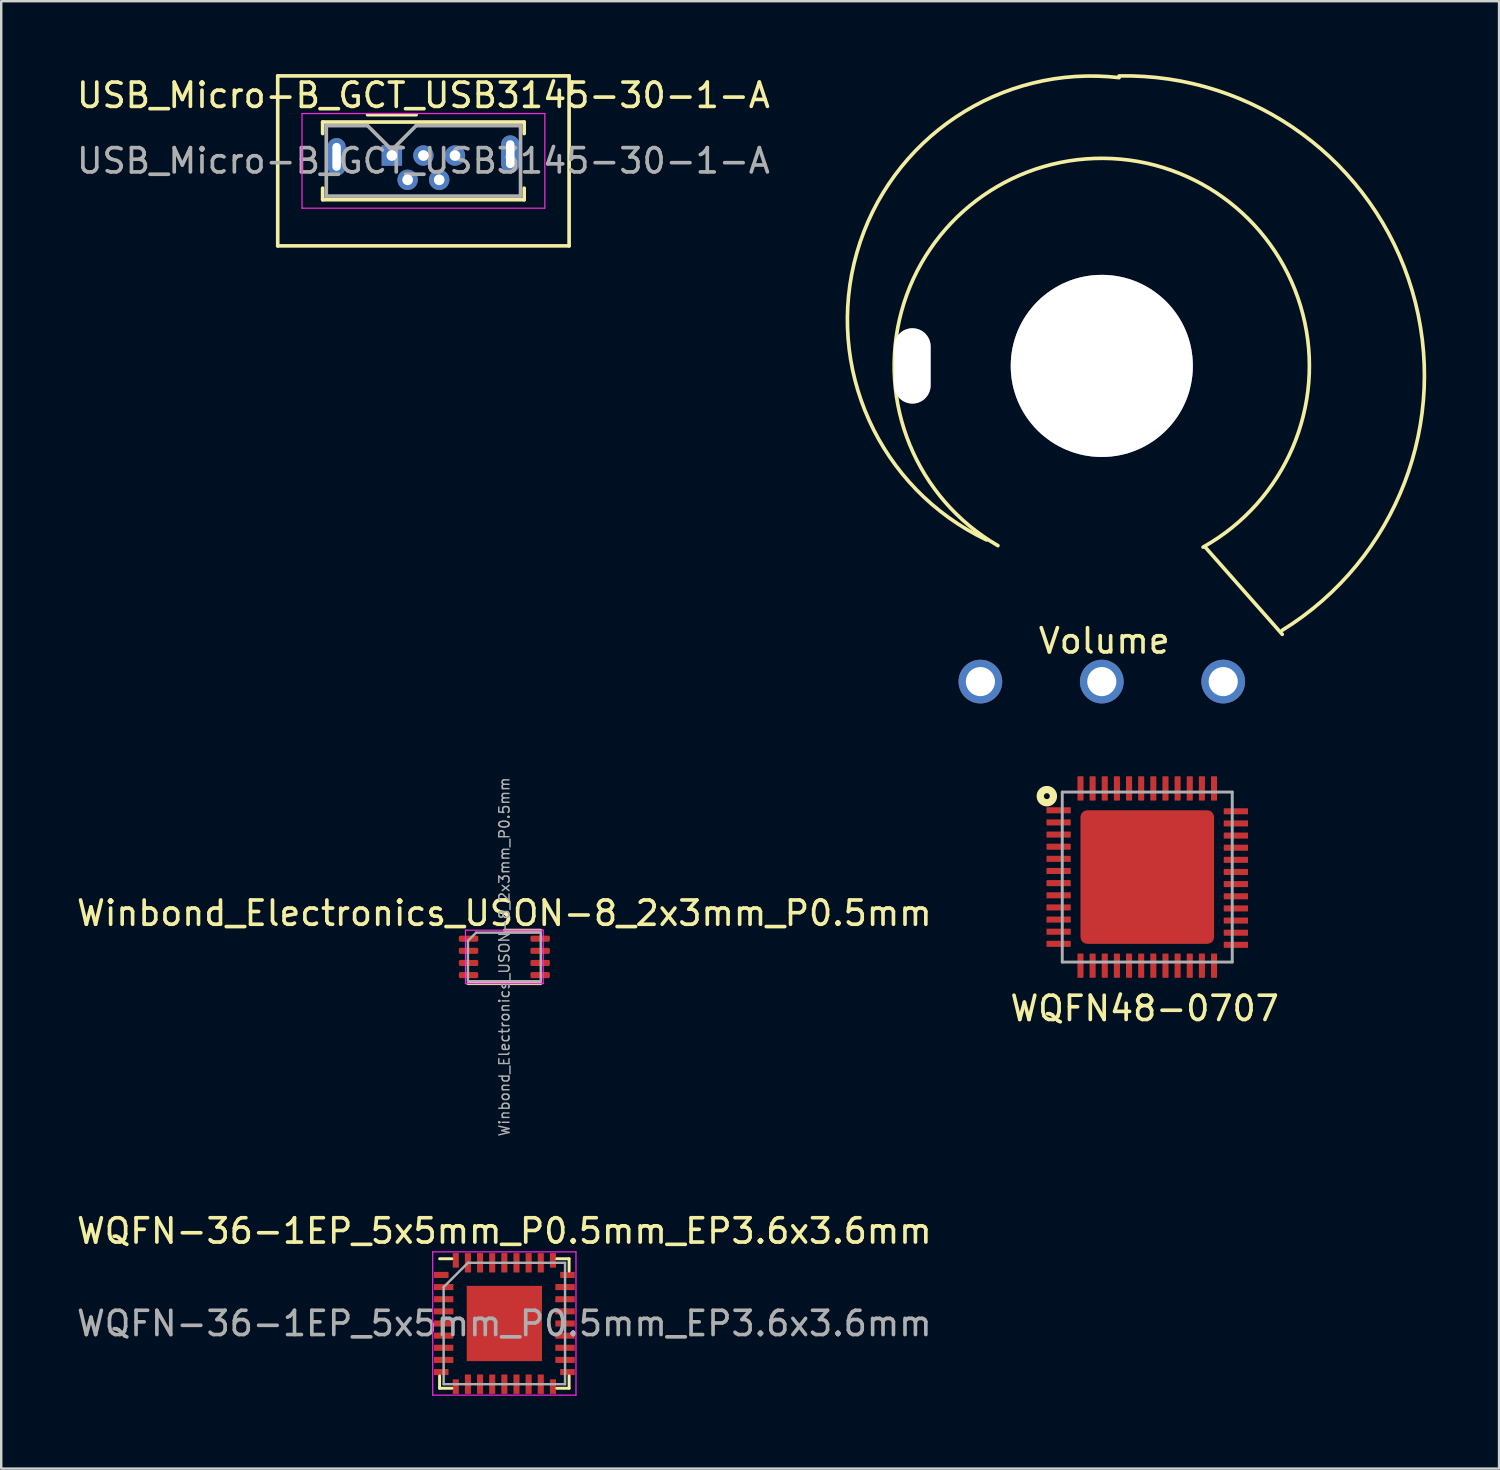
<source format=kicad_pcb>
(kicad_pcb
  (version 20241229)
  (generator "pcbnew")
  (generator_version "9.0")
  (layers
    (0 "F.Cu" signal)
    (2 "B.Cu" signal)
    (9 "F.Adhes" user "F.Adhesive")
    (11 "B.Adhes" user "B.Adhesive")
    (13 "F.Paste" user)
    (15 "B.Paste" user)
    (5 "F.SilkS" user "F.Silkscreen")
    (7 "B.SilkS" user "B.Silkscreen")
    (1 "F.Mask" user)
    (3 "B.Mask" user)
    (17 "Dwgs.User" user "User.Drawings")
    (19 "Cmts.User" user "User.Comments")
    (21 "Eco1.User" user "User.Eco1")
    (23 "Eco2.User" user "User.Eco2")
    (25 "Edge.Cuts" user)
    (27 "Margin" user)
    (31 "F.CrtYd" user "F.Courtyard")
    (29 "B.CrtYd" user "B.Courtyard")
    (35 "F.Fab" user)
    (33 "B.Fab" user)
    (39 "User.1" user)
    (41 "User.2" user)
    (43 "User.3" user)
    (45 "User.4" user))
  (footprint "WQFN-36-1EP_5x5mm_P0.5mm_EP3.6x3.6mm"
    (layer "F.Cu")
    (at 17.72 51.454)
    (property "Reference" "WQFN-36-1EP_5x5mm_P0.5mm_EP3.6x3.6mm" (at 0 -3.81 0) (layer "F.SilkS") (effects (font (size 1 1) (thickness 0.15))))
    (attr smd)
    (fp_line (start -2.667 2.667) (end -2.667 2.159) (stroke (width 0.12) (type solid)) (layer "F.SilkS"))
    (fp_line (start -2.159 -2.667) (end -2.667 -2.667) (stroke (width 0.12) (type solid)) (layer "F.SilkS"))
    (fp_line (start -2.159 2.667) (end -2.667 2.667) (stroke (width 0.12) (type solid)) (layer "F.SilkS"))
    (fp_line (start 2.159 -2.667) (end 2.667 -2.667) (stroke (width 0.12) (type solid)) (layer "F.SilkS"))
    (fp_line (start 2.667 -2.667) (end 2.667 -2.159) (stroke (width 0.12) (type solid)) (layer "F.SilkS"))
    (fp_line (start 2.667 2.159) (end 2.667 2.667) (stroke (width 0.12) (type solid)) (layer "F.SilkS"))
    (fp_line (start 2.667 2.667) (end 2.159 2.667) (stroke (width 0.12) (type solid)) (layer "F.SilkS"))
    (fp_line (start -2.95 -2.95) (end 2.95 -2.95) (stroke (width 0.05) (type solid)) (layer "F.CrtYd"))
    (fp_line (start -2.95 2.95) (end -2.95 -2.95) (stroke (width 0.05) (type solid)) (layer "F.CrtYd"))
    (fp_line (start 2.95 -2.95) (end 2.95 2.95) (stroke (width 0.05) (type solid)) (layer "F.CrtYd"))
    (fp_line (start 2.95 2.95) (end -2.95 2.95) (stroke (width 0.05) (type solid)) (layer "F.CrtYd"))
    (fp_line (start -2.5 -1.5) (end -2.5 2.5) (stroke (width 0.1) (type solid)) (layer "F.Fab"))
    (fp_line (start -1.5 -2.5) (end -2.5 -1.5) (stroke (width 0.1) (type solid)) (layer "F.Fab"))
    (fp_line (start 2.5 -2.5) (end -1.5 -2.5) (stroke (width 0.1) (type solid)) (layer "F.Fab"))
    (fp_line (start 2.5 -2.5) (end 2.5 2.5) (stroke (width 0.1) (type solid)) (layer "F.Fab"))
    (fp_line (start 2.5 2.5) (end -2.5 2.5) (stroke (width 0.1) (type solid)) (layer "F.Fab"))
    (fp_text user "${REFERENCE}" (at 0 0 0) (layer "F.Fab") (effects (font (size 1 1) (thickness 0.15))))
    (pad "" smd rect (at -0.775 -0.775) (size 1.23 1.23) (layers "F.Paste"))
    (pad "" smd rect (at -0.775 0.775) (size 1.23 1.23) (layers "F.Paste"))
    (pad "" smd rect (at 0.775 -0.775) (size 1.23 1.23) (layers "F.Paste"))
    (pad "" smd rect (at 0.775 0.775) (size 1.23 1.23) (layers "F.Paste"))
    (pad "1" smd rect (at -2.6 -2 90) (size 0.25 0.6) (layers "F.Cu" "F.Mask" "F.Paste"))
    (pad "2" smd rect (at -2.5 -1.5 90) (size 0.25 0.8) (layers "F.Cu" "F.Mask" "F.Paste"))
    (pad "3" smd rect (at -2.5 -1 90) (size 0.25 0.8) (layers "F.Cu" "F.Mask" "F.Paste"))
    (pad "4" smd rect (at -2.5 -0.5 90) (size 0.25 0.8) (layers "F.Cu" "F.Mask" "F.Paste"))
    (pad "5" smd rect (at -2.5 0 90) (size 0.25 0.8) (layers "F.Cu" "F.Mask" "F.Paste"))
    (pad "6" smd rect (at -2.5 0.5 90) (size 0.25 0.8) (layers "F.Cu" "F.Mask" "F.Paste"))
    (pad "7" smd rect (at -2.5 1 90) (size 0.25 0.8) (layers "F.Cu" "F.Mask" "F.Paste"))
    (pad "8" smd rect (at -2.5 1.5 90) (size 0.25 0.8) (layers "F.Cu" "F.Mask" "F.Paste"))
    (pad "9" smd rect (at -2.6 2 90) (size 0.25 0.6) (layers "F.Cu" "F.Mask" "F.Paste"))
    (pad "10" smd rect (at -2 2.6) (size 0.25 0.6) (layers "F.Cu" "F.Mask" "F.Paste"))
    (pad "11" smd rect (at -1.5 2.5) (size 0.25 0.8) (layers "F.Cu" "F.Mask" "F.Paste"))
    (pad "12" smd rect (at -1 2.5) (size 0.25 0.8) (layers "F.Cu" "F.Mask" "F.Paste"))
    (pad "13" smd rect (at -0.5 2.5) (size 0.25 0.8) (layers "F.Cu" "F.Mask" "F.Paste"))
    (pad "14" smd rect (at 0 2.5) (size 0.25 0.8) (layers "F.Cu" "F.Mask" "F.Paste"))
    (pad "15" smd rect (at 0.5 2.5) (size 0.25 0.8) (layers "F.Cu" "F.Mask" "F.Paste"))
    (pad "16" smd rect (at 1 2.5) (size 0.25 0.8) (layers "F.Cu" "F.Mask" "F.Paste"))
    (pad "17" smd rect (at 1.5 2.5) (size 0.25 0.8) (layers "F.Cu" "F.Mask" "F.Paste"))
    (pad "18" smd rect (at 2 2.6) (size 0.25 0.6) (layers "F.Cu" "F.Mask" "F.Paste"))
    (pad "19" smd rect (at 2.6 2 90) (size 0.25 0.6) (layers "F.Cu" "F.Mask" "F.Paste"))
    (pad "20" smd rect (at 2.5 1.5 90) (size 0.25 0.8) (layers "F.Cu" "F.Mask" "F.Paste"))
    (pad "21" smd rect (at 2.5 1 90) (size 0.25 0.8) (layers "F.Cu" "F.Mask" "F.Paste"))
    (pad "22" smd rect (at 2.5 0.5 90) (size 0.25 0.8) (layers "F.Cu" "F.Mask" "F.Paste"))
    (pad "23" smd rect (at 2.5 0 90) (size 0.25 0.8) (layers "F.Cu" "F.Mask" "F.Paste"))
    (pad "24" smd rect (at 2.5 -0.5 90) (size 0.25 0.8) (layers "F.Cu" "F.Mask" "F.Paste"))
    (pad "25" smd rect (at 2.5 -1 90) (size 0.25 0.8) (layers "F.Cu" "F.Mask" "F.Paste"))
    (pad "26" smd rect (at 2.5 -1.5 90) (size 0.25 0.8) (layers "F.Cu" "F.Mask" "F.Paste"))
    (pad "27" smd rect (at 2.6 -2 90) (size 0.25 0.6) (layers "F.Cu" "F.Mask" "F.Paste"))
    (pad "28" smd rect (at 2 -2.6) (size 0.25 0.6) (layers "F.Cu" "F.Mask" "F.Paste"))
    (pad "29" smd rect (at 1.5 -2.5) (size 0.25 0.8) (layers "F.Cu" "F.Mask" "F.Paste"))
    (pad "30" smd rect (at 1 -2.5) (size 0.25 0.8) (layers "F.Cu" "F.Mask" "F.Paste"))
    (pad "31" smd rect (at 0.5 -2.5) (size 0.25 0.8) (layers "F.Cu" "F.Mask" "F.Paste"))
    (pad "32" smd rect (at 0 -2.5) (size 0.25 0.8) (layers "F.Cu" "F.Mask" "F.Paste"))
    (pad "33" smd rect (at -0.5 -2.5) (size 0.25 0.8) (layers "F.Cu" "F.Mask" "F.Paste"))
    (pad "34" smd rect (at -1 -2.5) (size 0.25 0.8) (layers "F.Cu" "F.Mask" "F.Paste"))
    (pad "35" smd rect (at -1.5 -2.5) (size 0.25 0.8) (layers "F.Cu" "F.Mask" "F.Paste"))
    (pad "36" smd rect (at -2 -2.6) (size 0.25 0.6) (layers "F.Cu" "F.Mask" "F.Paste"))
    (pad "37" smd rect (at 0 0) (size 3.1 3.1) (layers "F.Cu" "F.Mask")))
  (footprint "WQFN48-0707"
    (layer "F.Cu")
    (at 44.196 33.069)
    (property "Reference" "WQFN48-0707" (at -0.107 5.41 0) (layer "F.SilkS") (effects (font (size 1 1) (thickness 0.15))))
    (attr through_hole)
    (fp_circle (center -4.135 -3.332) (end -4.013 -3.332) (stroke (width 0.3) (type solid)) (fill no) (layer "F.SilkS"))
    (fp_line (start -3.5 -3.5) (end -3.5 3.5) (stroke (width 0.12) (type solid)) (layer "F.Fab"))
    (fp_line (start -3.5 3.5) (end 3.5 3.5) (stroke (width 0.12) (type solid)) (layer "F.Fab"))
    (fp_line (start 3.5 -3.5) (end -3.5 -3.5) (stroke (width 0.12) (type solid)) (layer "F.Fab"))
    (fp_line (start 3.5 3.5) (end 3.5 -3.5) (stroke (width 0.12) (type solid)) (layer "F.Fab"))
    (pad "1" smd roundrect (at -3.65 -2.75) (size 1 0.25) (layers "F.Cu" "F.Mask" "F.Paste") (roundrect_rratio 0.1))
    (pad "2" smd roundrect (at -3.65 -2.25) (size 1 0.25) (layers "F.Cu" "F.Mask" "F.Paste") (roundrect_rratio 0.1))
    (pad "3" smd roundrect (at -3.65 -1.75) (size 1 0.25) (layers "F.Cu" "F.Mask" "F.Paste") (roundrect_rratio 0.1))
    (pad "4" smd roundrect (at -3.65 -1.25) (size 1 0.25) (layers "F.Cu" "F.Mask" "F.Paste") (roundrect_rratio 0.1))
    (pad "5" smd roundrect (at -3.65 -0.75) (size 1 0.25) (layers "F.Cu" "F.Mask" "F.Paste") (roundrect_rratio 0.1))
    (pad "6" smd roundrect (at -3.65 -0.25) (size 1 0.25) (layers "F.Cu" "F.Mask" "F.Paste") (roundrect_rratio 0.1))
    (pad "7" smd roundrect (at -3.65 0.25) (size 1 0.25) (layers "F.Cu" "F.Mask" "F.Paste") (roundrect_rratio 0.1))
    (pad "8" smd roundrect (at -3.65 0.75) (size 1 0.25) (layers "F.Cu" "F.Mask" "F.Paste") (roundrect_rratio 0.1))
    (pad "9" smd roundrect (at -3.65 1.25) (size 1 0.25) (layers "F.Cu" "F.Mask" "F.Paste") (roundrect_rratio 0.1))
    (pad "10" smd roundrect (at -3.65 1.75) (size 1 0.25) (layers "F.Cu" "F.Mask" "F.Paste") (roundrect_rratio 0.1))
    (pad "11" smd roundrect (at -3.65 2.25) (size 1 0.25) (layers "F.Cu" "F.Mask" "F.Paste") (roundrect_rratio 0.1))
    (pad "12" smd roundrect (at -3.65 2.75) (size 1 0.25) (layers "F.Cu" "F.Mask" "F.Paste") (roundrect_rratio 0.1))
    (pad "13" smd roundrect (at -2.75 3.65 90) (size 1 0.25) (layers "F.Cu" "F.Mask" "F.Paste") (roundrect_rratio 0.1))
    (pad "14" smd roundrect (at -2.25 3.65 90) (size 1 0.25) (layers "F.Cu" "F.Mask" "F.Paste") (roundrect_rratio 0.1))
    (pad "15" smd roundrect (at -1.75 3.65 90) (size 1 0.25) (layers "F.Cu" "F.Mask" "F.Paste") (roundrect_rratio 0.1))
    (pad "16" smd roundrect (at -1.25 3.65 90) (size 1 0.25) (layers "F.Cu" "F.Mask" "F.Paste") (roundrect_rratio 0.1))
    (pad "17" smd roundrect (at -0.75 3.65 90) (size 1 0.25) (layers "F.Cu" "F.Mask" "F.Paste") (roundrect_rratio 0.1))
    (pad "18" smd roundrect (at -0.25 3.65 90) (size 1 0.25) (layers "F.Cu" "F.Mask" "F.Paste") (roundrect_rratio 0.1))
    (pad "19" smd roundrect (at 0.25 3.65 90) (size 1 0.25) (layers "F.Cu" "F.Mask" "F.Paste") (roundrect_rratio 0.1))
    (pad "20" smd roundrect (at 0.75 3.65 90) (size 1 0.25) (layers "F.Cu" "F.Mask" "F.Paste") (roundrect_rratio 0.1))
    (pad "21" smd roundrect (at 1.25 3.65 90) (size 1 0.25) (layers "F.Cu" "F.Mask" "F.Paste") (roundrect_rratio 0.1))
    (pad "22" smd roundrect (at 1.75 3.65 90) (size 1 0.25) (layers "F.Cu" "F.Mask" "F.Paste") (roundrect_rratio 0.1))
    (pad "23" smd roundrect (at 2.25 3.65 90) (size 1 0.25) (layers "F.Cu" "F.Mask" "F.Paste") (roundrect_rratio 0.1))
    (pad "24" smd roundrect (at 2.75 3.65 90) (size 1 0.25) (layers "F.Cu" "F.Mask" "F.Paste") (roundrect_rratio 0.1))
    (pad "25" smd roundrect (at 3.65 2.791) (size 1 0.25) (layers "F.Cu" "F.Mask" "F.Paste") (roundrect_rratio 0.1))
    (pad "26" smd roundrect (at 3.65 2.291) (size 1 0.25) (layers "F.Cu" "F.Mask" "F.Paste") (roundrect_rratio 0.1))
    (pad "27" smd roundrect (at 3.65 1.791) (size 1 0.25) (layers "F.Cu" "F.Mask" "F.Paste") (roundrect_rratio 0.1))
    (pad "28" smd roundrect (at 3.65 1.291) (size 1 0.25) (layers "F.Cu" "F.Mask" "F.Paste") (roundrect_rratio 0.1))
    (pad "29" smd roundrect (at 3.65 0.791) (size 1 0.25) (layers "F.Cu" "F.Mask" "F.Paste") (roundrect_rratio 0.1))
    (pad "30" smd roundrect (at 3.65 0.291) (size 1 0.25) (layers "F.Cu" "F.Mask" "F.Paste") (roundrect_rratio 0.1))
    (pad "31" smd roundrect (at 3.65 -0.209) (size 1 0.25) (layers "F.Cu" "F.Mask" "F.Paste") (roundrect_rratio 0.1))
    (pad "32" smd roundrect (at 3.65 -0.709) (size 1 0.25) (layers "F.Cu" "F.Mask" "F.Paste") (roundrect_rratio 0.1))
    (pad "33" smd roundrect (at 3.65 -1.209) (size 1 0.25) (layers "F.Cu" "F.Mask" "F.Paste") (roundrect_rratio 0.1))
    (pad "34" smd roundrect (at 3.65 -1.709) (size 1 0.25) (layers "F.Cu" "F.Mask" "F.Paste") (roundrect_rratio 0.1))
    (pad "35" smd roundrect (at 3.65 -2.209) (size 1 0.25) (layers "F.Cu" "F.Mask" "F.Paste") (roundrect_rratio 0.1))
    (pad "36" smd roundrect (at 3.65 -2.709) (size 1 0.25) (layers "F.Cu" "F.Mask" "F.Paste") (roundrect_rratio 0.1))
    (pad "37" smd roundrect (at 2.75 -3.65 90) (size 1 0.25) (layers "F.Cu" "F.Mask" "F.Paste") (roundrect_rratio 0.1))
    (pad "38" smd roundrect (at 2.25 -3.65 90) (size 1 0.25) (layers "F.Cu" "F.Mask" "F.Paste") (roundrect_rratio 0.1))
    (pad "39" smd roundrect (at 1.75 -3.65 90) (size 1 0.25) (layers "F.Cu" "F.Mask" "F.Paste") (roundrect_rratio 0.1))
    (pad "40" smd roundrect (at 1.25 -3.65 90) (size 1 0.25) (layers "F.Cu" "F.Mask" "F.Paste") (roundrect_rratio 0.1))
    (pad "41" smd roundrect (at 0.75 -3.65 90) (size 1 0.25) (layers "F.Cu" "F.Mask" "F.Paste") (roundrect_rratio 0.1))
    (pad "42" smd roundrect (at 0.25 -3.65 90) (size 1 0.25) (layers "F.Cu" "F.Mask" "F.Paste") (roundrect_rratio 0.1))
    (pad "43" smd roundrect (at -0.25 -3.65 90) (size 1 0.25) (layers "F.Cu" "F.Mask" "F.Paste") (roundrect_rratio 0.1))
    (pad "44" smd roundrect (at -0.75 -3.65 90) (size 1 0.25) (layers "F.Cu" "F.Mask" "F.Paste") (roundrect_rratio 0.1))
    (pad "45" smd roundrect (at -1.25 -3.65 90) (size 1 0.25) (layers "F.Cu" "F.Mask" "F.Paste") (roundrect_rratio 0.1))
    (pad "46" smd roundrect (at -1.75 -3.65 90) (size 1 0.25) (layers "F.Cu" "F.Mask" "F.Paste") (roundrect_rratio 0.1))
    (pad "47" smd roundrect (at -2.25 -3.65 90) (size 1 0.25) (layers "F.Cu" "F.Mask" "F.Paste") (roundrect_rratio 0.1))
    (pad "48" smd roundrect (at -2.75 -3.65 90) (size 1 0.25) (layers "F.Cu" "F.Mask" "F.Paste") (roundrect_rratio 0.1))
    (pad "49" smd roundrect (at 0 0) (size 5.5 5.5) (layers "F.Cu" "F.Mask" "F.Paste") (roundrect_rratio 0.05)))
  (footprint "USB_Micro-B_GCT_USB3145-30-1-A"
    (layer "F.Cu")
    (at 14.387 3.355)
    (property "Reference" "USB_Micro-B_GCT_USB3145-30-1-A" (at 0 -2.48 0) (layer "F.SilkS") (effects (font (size 1 1) (thickness 0.15))))
    (attr through_hole)
    (fp_line (start -6 -3.28) (end -6 3.72) (stroke (width 0.15) (type solid)) (layer "F.SilkS"))
    (fp_line (start -6 3.72) (end 6 3.72) (stroke (width 0.15) (type solid)) (layer "F.SilkS"))
    (fp_line (start -4.15 -1.38) (end 4.15 -1.38) (stroke (width 0.15) (type solid)) (layer "F.SilkS"))
    (fp_line (start -4.15 -0.905) (end -4.15 -1.38) (stroke (width 0.15) (type solid)) (layer "F.SilkS"))
    (fp_line (start -4.15 1.345) (end -4.15 1.82) (stroke (width 0.15) (type solid)) (layer "F.SilkS"))
    (fp_line (start -4.15 1.82) (end 4.15 1.82) (stroke (width 0.15) (type solid)) (layer "F.SilkS"))
    (fp_line (start -2.3 -1.68) (end -0.3 -1.68) (stroke (width 0.15) (type solid)) (layer "F.SilkS"))
    (fp_line (start 4.15 -1.38) (end 4.15 -0.905) (stroke (width 0.15) (type solid)) (layer "F.SilkS"))
    (fp_line (start 4.15 1.82) (end 4.15 1.345) (stroke (width 0.15) (type solid)) (layer "F.SilkS"))
    (fp_line (start 6 -3.28) (end -6 -3.28) (stroke (width 0.15) (type solid)) (layer "F.SilkS"))
    (fp_line (start 6 3.72) (end 6 -3.28) (stroke (width 0.15) (type solid)) (layer "F.SilkS"))
    (fp_line (start -5 -1.73) (end -5 2.17) (stroke (width 0.05) (type solid)) (layer "F.CrtYd"))
    (fp_line (start -5 2.17) (end 5 2.17) (stroke (width 0.05) (type solid)) (layer "F.CrtYd"))
    (fp_line (start 5 -1.73) (end -5 -1.73) (stroke (width 0.05) (type solid)) (layer "F.CrtYd"))
    (fp_line (start 5 2.17) (end 5 -1.73) (stroke (width 0.05) (type solid)) (layer "F.CrtYd"))
    (fp_line (start -4 -1.23) (end -2.3 -1.23) (stroke (width 0.15) (type solid)) (layer "F.Fab"))
    (fp_line (start -4 1.67) (end -4 -1.23) (stroke (width 0.15) (type solid)) (layer "F.Fab"))
    (fp_line (start -2.3 -1.23) (end -1.3 -0.23) (stroke (width 0.15) (type solid)) (layer "F.Fab"))
    (fp_line (start -1.3 -0.23) (end -0.3 -1.23) (stroke (width 0.15) (type solid)) (layer "F.Fab"))
    (fp_line (start -0.3 -1.23) (end 4 -1.23) (stroke (width 0.15) (type solid)) (layer "F.Fab"))
    (fp_line (start 4 -1.23) (end 4 1.67) (stroke (width 0.15) (type solid)) (layer "F.Fab"))
    (fp_line (start 4 1.67) (end -4 1.67) (stroke (width 0.15) (type solid)) (layer "F.Fab"))
    (fp_text user "${REFERENCE}" (at 0 0.22 0) (layer "F.Fab") (effects (font (size 1 1) (thickness 0.15))))
    (pad "1" thru_hole rect (at -1.3 0) (size 0.84 0.84) (drill 0.44) (layers "*.Cu" "*.Mask"))
    (pad "2" thru_hole circle (at -0.65 1) (size 0.84 0.84) (drill 0.44) (layers "*.Cu" "*.Mask"))
    (pad "3" thru_hole circle (at 0 0) (size 0.84 0.84) (drill 0.44) (layers "*.Cu" "*.Mask"))
    (pad "4" thru_hole circle (at 0.65 1) (size 0.84 0.84) (drill 0.44) (layers "*.Cu" "*.Mask"))
    (pad "5" thru_hole circle (at 1.3 0) (size 0.84 0.84) (drill 0.44) (layers "*.Cu" "*.Mask"))
    (pad "6" thru_hole oval (at -3.575 0.055 90) (size 1.55 0.75) (drill oval 1.15 0.35) (layers "*.Cu" "*.Mask"))
    (pad "6" thru_hole oval (at 3.575 -0.055) (size 0.75 1.55) (drill oval 0.35 1.15) (layers "*.Cu" "*.Mask")))
  (footprint "Volume"
    (layer "F.Cu")
    (at 42.324 12.019)
    (property "Reference" "Volume" (at 0.102 11.324 0) (layer "F.SilkS") (effects (font (size 1 1) (thickness 0.15))))
    (attr through_hole)
    (fp_line (start 4.267 7.473) (end 7.432 11.054) (stroke (width 0.15) (type solid)) (layer "F.SilkS"))
    (fp_arc (start -4.744152 7.166892) (mid -10.08647 -4.664893) (end 0.7112 -11.87196) (stroke (width 0.15) (type solid)) (layer "F.SilkS"))
    (fp_arc (start -4.277024 7.402084) (mid 0.061159 -8.548687) (end 4.17068 7.46252) (stroke (width 0.15) (type solid)) (layer "F.SilkS"))
    (fp_arc (start 0.711883 -11.942192) (mid 12.783535 -3.092337) (end 7.43204 10.88644) (stroke (width 0.15) (type solid)) (layer "F.SilkS"))
    (pad "1" thru_hole circle (at 5 13) (size 1.8 1.8) (drill 1.2) (layers "*.Cu" "*.Mask"))
    (pad "2" thru_hole circle (at 0 13) (size 1.8 1.8) (drill 1.2) (layers "*.Cu" "*.Mask"))
    (pad "3" thru_hole circle (at -5 13) (size 1.8 1.8) (drill 1.2) (layers "*.Cu" "*.Mask"))
    (pad "NC" thru_hole oval (at -7.8 0) (size 1.5 3.1) (drill oval 1.5 3.1) (layers "*.Cu" "*.Mask"))
    (pad "NC" thru_hole circle (at 0 0) (size 7.5 7.5) (drill 7.5) (layers "*.Cu" "*.Mask")))
  (footprint "Winbond_Electronics_USON-8_2x3mm_P0.5mm"
    (layer "F.Cu")
    (at 17.72 36.357)
    (property "Reference" "Winbond_Electronics_USON-8_2x3mm_P0.5mm" (at 0 -1.8 0) (layer "F.SilkS") (effects (font (size 1 1) (thickness 0.15))))
    (attr smd)
    (fp_line (start -1.5 1.1) (end 1.5 1.1) (stroke (width 0.12) (type solid)) (layer "F.SilkS"))
    (fp_line (start 0 -1.1) (end 1.5 -1.1) (stroke (width 0.12) (type solid)) (layer "F.SilkS"))
    (fp_line (start -1.6 -1.1) (end -1.6 1.1) (stroke (width 0.05) (type solid)) (layer "F.CrtYd"))
    (fp_line (start -1.6 1.1) (end 1.6 1.1) (stroke (width 0.05) (type solid)) (layer "F.CrtYd"))
    (fp_line (start 1.6 -1.1) (end -1.6 -1.1) (stroke (width 0.05) (type solid)) (layer "F.CrtYd"))
    (fp_line (start 1.6 1.1) (end 1.6 -1.1) (stroke (width 0.05) (type solid)) (layer "F.CrtYd"))
    (fp_line (start -1.5 -0.662) (end -1.163 -1) (stroke (width 0.1) (type solid)) (layer "F.Fab"))
    (fp_line (start -1.5 1) (end -1.5 -0.662) (stroke (width 0.1) (type solid)) (layer "F.Fab"))
    (fp_line (start -1.163 -1) (end 1.5 -1) (stroke (width 0.1) (type solid)) (layer "F.Fab"))
    (fp_line (start 1.5 -1) (end 1.5 1) (stroke (width 0.1) (type solid)) (layer "F.Fab"))
    (fp_line (start 1.5 1) (end -1.5 1) (stroke (width 0.1) (type solid)) (layer "F.Fab"))
    (fp_text user "${REFERENCE}" (at 0 0 90) (layer "F.Fab") (effects (font (size 0.42 0.42) (thickness 0.06))))
    (pad "1" smd roundrect (at -1.475 -0.75) (size 0.8 0.25) (layers "F.Cu" "F.Mask" "F.Paste") (roundrect_rratio 0.25))
    (pad "2" smd roundrect (at -1.475 -0.25) (size 0.8 0.25) (layers "F.Cu" "F.Mask" "F.Paste") (roundrect_rratio 0.25))
    (pad "3" smd roundrect (at -1.475 0.25) (size 0.8 0.25) (layers "F.Cu" "F.Mask" "F.Paste") (roundrect_rratio 0.25))
    (pad "4" smd roundrect (at -1.475 0.75) (size 0.8 0.25) (layers "F.Cu" "F.Mask" "F.Paste") (roundrect_rratio 0.25))
    (pad "5" smd roundrect (at 1.475 0.75) (size 0.8 0.25) (layers "F.Cu" "F.Mask" "F.Paste") (roundrect_rratio 0.25))
    (pad "6" smd roundrect (at 1.475 0.25) (size 0.8 0.25) (layers "F.Cu" "F.Mask" "F.Paste") (roundrect_rratio 0.25))
    (pad "7" smd roundrect (at 1.475 -0.25) (size 0.8 0.25) (layers "F.Cu" "F.Mask" "F.Paste") (roundrect_rratio 0.25))
    (pad "8" smd roundrect (at 1.475 -0.75) (size 0.8 0.25) (layers "F.Cu" "F.Mask" "F.Paste") (roundrect_rratio 0.25)))
  (gr_rect
    (start -3 -3)
    (end 58.684 57.429)
    (stroke (width 0.1) (type default))
    (fill no)
    (layer "Edge.Cuts")))
</source>
